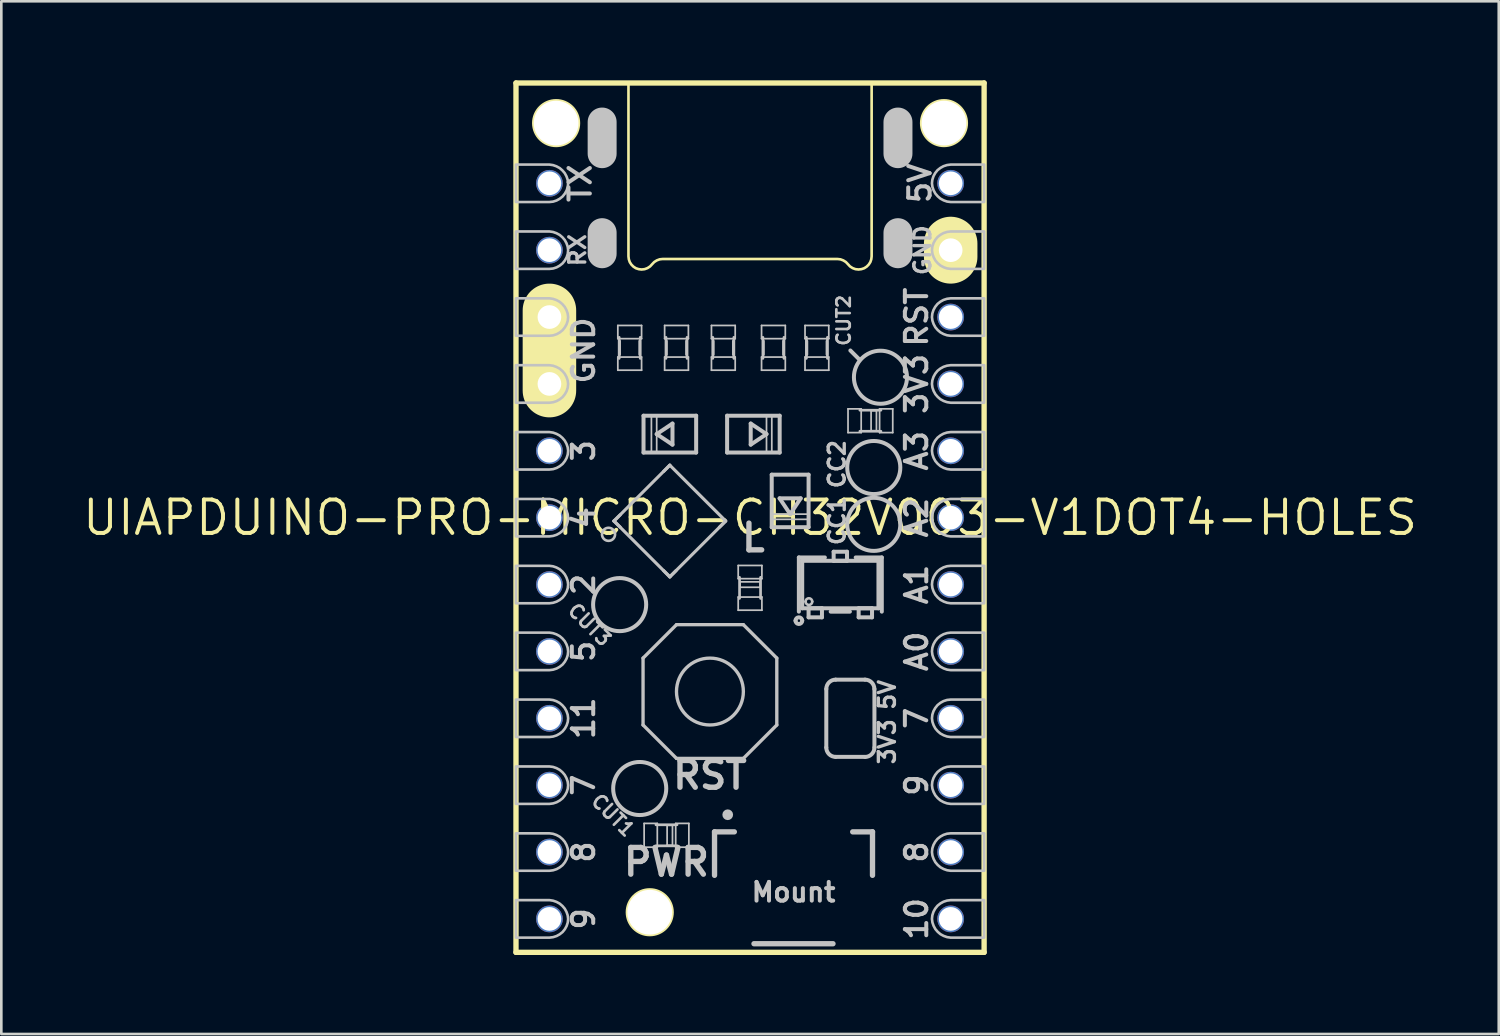
<source format=kicad_pcb>
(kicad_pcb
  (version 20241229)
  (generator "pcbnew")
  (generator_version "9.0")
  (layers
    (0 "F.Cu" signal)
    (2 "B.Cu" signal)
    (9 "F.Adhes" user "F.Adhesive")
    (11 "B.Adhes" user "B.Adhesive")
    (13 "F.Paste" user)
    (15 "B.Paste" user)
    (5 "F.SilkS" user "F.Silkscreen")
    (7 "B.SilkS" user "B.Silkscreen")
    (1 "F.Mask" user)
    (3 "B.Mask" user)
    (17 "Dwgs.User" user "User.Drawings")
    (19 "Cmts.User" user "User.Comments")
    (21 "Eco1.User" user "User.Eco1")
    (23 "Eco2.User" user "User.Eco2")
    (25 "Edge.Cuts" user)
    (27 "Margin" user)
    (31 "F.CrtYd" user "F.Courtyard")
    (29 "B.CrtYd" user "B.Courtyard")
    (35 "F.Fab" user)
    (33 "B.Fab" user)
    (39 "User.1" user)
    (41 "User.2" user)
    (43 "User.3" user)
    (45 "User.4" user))
  (footprint "UIAPDUINO-PRO-MICRO-CH32V003-V1DOT4-HOLES"
    (layer "F.Cu")
    (at 25.438 16.612)
    (property "Reference" "UIAPDUINO-PRO-MICRO-CH32V003-V1DOT4-HOLES" (at 0 0 0) (layer "F.SilkS") (effects (font (size 1.27 1.27) (thickness 0.15))))
    (attr exclude_from_pos_files exclude_from_bom)
    (fp_line (start -8.89 -16.51) (end -8.89 16.51) (stroke (width 0.203) (type solid)) (layer "F.SilkS"))
    (fp_line (start -8.89 16.51) (end 8.89 16.51) (stroke (width 0.203) (type solid)) (layer "F.SilkS"))
    (fp_line (start -7.62 -7.874) (end -7.62 -4.826) (stroke (width 2.032) (type solid)) (layer "F.SilkS"))
    (fp_line (start 7.62 -10.414) (end 7.62 -9.906) (stroke (width 2.032) (type solid)) (layer "F.SilkS"))
    (fp_line (start 8.89 -16.51) (end -8.89 -16.51) (stroke (width 0.203) (type solid)) (layer "F.SilkS"))
    (fp_line (start 8.89 16.51) (end 8.89 -16.51) (stroke (width 0.203) (type solid)) (layer "F.SilkS"))
    (fp_circle (center -7.366 -14.986) (end -7.366 -15.837) (stroke (width 0.127) (type solid)) (fill no) (layer "F.SilkS"))
    (fp_circle (center -3.81 14.986) (end -3.81 14.135) (stroke (width 0.127) (type solid)) (fill no) (layer "F.SilkS"))
    (fp_circle (center 7.366 -14.986) (end 7.366 -15.837) (stroke (width 0.127) (type solid)) (fill no) (layer "F.SilkS"))
    (fp_poly (pts (xy 4.618 -16.525) (xy 4.618 -9.926) (xy 4.605 -9.815) (xy 4.569 -9.708) (xy 4.508 -9.614) (xy 4.43 -9.535) (xy 4.336 -9.474) (xy 4.229 -9.439) (xy 4.12 -9.426) (xy 4.003 -9.439) (xy 3.896 -9.479) (xy 3.797 -9.543) (xy 3.719 -9.627) (xy 3.64 -9.71) (xy 3.543 -9.771) (xy 3.434 -9.812) (xy 3.32 -9.825) (xy -3.32 -9.825) (xy -3.434 -9.812) (xy -3.543 -9.771) (xy -3.64 -9.71) (xy -3.719 -9.627) (xy -3.797 -9.543) (xy -3.896 -9.479) (xy -4.003 -9.439) (xy -4.12 -9.426) (xy -4.229 -9.439) (xy -4.336 -9.474) (xy -4.43 -9.535) (xy -4.508 -9.614) (xy -4.569 -9.708) (xy -4.605 -9.815) (xy -4.618 -9.926) (xy -4.618 -16.525) (xy 4.618 -16.525)) (stroke (width 0.1) (type solid)) (fill no) (layer "F.SilkS"))
    (fp_line (start -7.874 -12.446) (end -7.874 -12.954) (stroke (width 0.066) (type solid)) (layer "Dwgs.User"))
    (fp_line (start -7.874 -9.906) (end -7.874 -10.414) (stroke (width 0.066) (type solid)) (layer "Dwgs.User"))
    (fp_line (start -7.874 -7.366) (end -7.874 -7.874) (stroke (width 0.066) (type solid)) (layer "Dwgs.User"))
    (fp_line (start -7.874 -4.826) (end -7.874 -5.334) (stroke (width 0.066) (type solid)) (layer "Dwgs.User"))
    (fp_line (start -7.874 -2.286) (end -7.874 -2.794) (stroke (width 0.066) (type solid)) (layer "Dwgs.User"))
    (fp_line (start -7.874 0.254) (end -7.874 -0.254) (stroke (width 0.066) (type solid)) (layer "Dwgs.User"))
    (fp_line (start -7.874 2.794) (end -7.874 2.286) (stroke (width 0.066) (type solid)) (layer "Dwgs.User"))
    (fp_line (start -7.874 5.334) (end -7.874 4.826) (stroke (width 0.066) (type solid)) (layer "Dwgs.User"))
    (fp_line (start -7.874 7.874) (end -7.874 7.366) (stroke (width 0.066) (type solid)) (layer "Dwgs.User"))
    (fp_line (start -7.874 10.414) (end -7.874 9.906) (stroke (width 0.066) (type solid)) (layer "Dwgs.User"))
    (fp_line (start -7.874 12.954) (end -7.874 12.446) (stroke (width 0.066) (type solid)) (layer "Dwgs.User"))
    (fp_line (start -7.874 15.494) (end -7.874 14.986) (stroke (width 0.066) (type solid)) (layer "Dwgs.User"))
    (fp_line (start -7.366 -12.954) (end -7.874 -12.954) (stroke (width 0.066) (type solid)) (layer "Dwgs.User"))
    (fp_line (start -7.366 -12.446) (end -7.874 -12.446) (stroke (width 0.066) (type solid)) (layer "Dwgs.User"))
    (fp_line (start -7.366 -12.446) (end -7.366 -12.954) (stroke (width 0.066) (type solid)) (layer "Dwgs.User"))
    (fp_line (start -7.366 -10.414) (end -7.874 -10.414) (stroke (width 0.066) (type solid)) (layer "Dwgs.User"))
    (fp_line (start -7.366 -9.906) (end -7.874 -9.906) (stroke (width 0.066) (type solid)) (layer "Dwgs.User"))
    (fp_line (start -7.366 -9.906) (end -7.366 -10.414) (stroke (width 0.066) (type solid)) (layer "Dwgs.User"))
    (fp_line (start -7.366 -7.874) (end -7.874 -7.874) (stroke (width 0.066) (type solid)) (layer "Dwgs.User"))
    (fp_line (start -7.366 -7.366) (end -7.874 -7.366) (stroke (width 0.066) (type solid)) (layer "Dwgs.User"))
    (fp_line (start -7.366 -7.366) (end -7.366 -7.874) (stroke (width 0.066) (type solid)) (layer "Dwgs.User"))
    (fp_line (start -7.366 -5.334) (end -7.874 -5.334) (stroke (width 0.066) (type solid)) (layer "Dwgs.User"))
    (fp_line (start -7.366 -4.826) (end -7.874 -4.826) (stroke (width 0.066) (type solid)) (layer "Dwgs.User"))
    (fp_line (start -7.366 -4.826) (end -7.366 -5.334) (stroke (width 0.066) (type solid)) (layer "Dwgs.User"))
    (fp_line (start -7.366 -2.794) (end -7.874 -2.794) (stroke (width 0.066) (type solid)) (layer "Dwgs.User"))
    (fp_line (start -7.366 -2.286) (end -7.874 -2.286) (stroke (width 0.066) (type solid)) (layer "Dwgs.User"))
    (fp_line (start -7.366 -2.286) (end -7.366 -2.794) (stroke (width 0.066) (type solid)) (layer "Dwgs.User"))
    (fp_line (start -7.366 -0.254) (end -7.874 -0.254) (stroke (width 0.066) (type solid)) (layer "Dwgs.User"))
    (fp_line (start -7.366 0.254) (end -7.874 0.254) (stroke (width 0.066) (type solid)) (layer "Dwgs.User"))
    (fp_line (start -7.366 0.254) (end -7.366 -0.254) (stroke (width 0.066) (type solid)) (layer "Dwgs.User"))
    (fp_line (start -7.366 2.286) (end -7.874 2.286) (stroke (width 0.066) (type solid)) (layer "Dwgs.User"))
    (fp_line (start -7.366 2.794) (end -7.874 2.794) (stroke (width 0.066) (type solid)) (layer "Dwgs.User"))
    (fp_line (start -7.366 2.794) (end -7.366 2.286) (stroke (width 0.066) (type solid)) (layer "Dwgs.User"))
    (fp_line (start -7.366 4.826) (end -7.874 4.826) (stroke (width 0.066) (type solid)) (layer "Dwgs.User"))
    (fp_line (start -7.366 5.334) (end -7.874 5.334) (stroke (width 0.066) (type solid)) (layer "Dwgs.User"))
    (fp_line (start -7.366 5.334) (end -7.366 4.826) (stroke (width 0.066) (type solid)) (layer "Dwgs.User"))
    (fp_line (start -7.366 7.366) (end -7.874 7.366) (stroke (width 0.066) (type solid)) (layer "Dwgs.User"))
    (fp_line (start -7.366 7.874) (end -7.874 7.874) (stroke (width 0.066) (type solid)) (layer "Dwgs.User"))
    (fp_line (start -7.366 7.874) (end -7.366 7.366) (stroke (width 0.066) (type solid)) (layer "Dwgs.User"))
    (fp_line (start -7.366 9.906) (end -7.874 9.906) (stroke (width 0.066) (type solid)) (layer "Dwgs.User"))
    (fp_line (start -7.366 10.414) (end -7.874 10.414) (stroke (width 0.066) (type solid)) (layer "Dwgs.User"))
    (fp_line (start -7.366 10.414) (end -7.366 9.906) (stroke (width 0.066) (type solid)) (layer "Dwgs.User"))
    (fp_line (start -7.366 12.446) (end -7.874 12.446) (stroke (width 0.066) (type solid)) (layer "Dwgs.User"))
    (fp_line (start -7.366 12.954) (end -7.874 12.954) (stroke (width 0.066) (type solid)) (layer "Dwgs.User"))
    (fp_line (start -7.366 12.954) (end -7.366 12.446) (stroke (width 0.066) (type solid)) (layer "Dwgs.User"))
    (fp_line (start -7.366 14.986) (end -7.874 14.986) (stroke (width 0.066) (type solid)) (layer "Dwgs.User"))
    (fp_line (start -7.366 15.494) (end -7.874 15.494) (stroke (width 0.066) (type solid)) (layer "Dwgs.User"))
    (fp_line (start -7.366 15.494) (end -7.366 14.986) (stroke (width 0.066) (type solid)) (layer "Dwgs.User"))
    (fp_line (start -5.618 -13.825) (end -5.618 -15.027) (stroke (width 1.1) (type solid)) (layer "Dwgs.User"))
    (fp_line (start -5.618 -10.025) (end -5.618 -10.825) (stroke (width 1.1) (type solid)) (layer "Dwgs.User"))
    (fp_line (start -5.169 0.127) (end -4.93 -0.109) (stroke (width 0.119) (type solid)) (layer "Dwgs.User"))
    (fp_line (start -5.169 0.127) (end -3.048 -1.994) (stroke (width 0.119) (type solid)) (layer "Dwgs.User"))
    (fp_line (start -5.022 -7.3) (end -5.022 -6.8) (stroke (width 0.066) (type solid)) (layer "Dwgs.User"))
    (fp_line (start -5.022 -6.101) (end -5.022 -5.601) (stroke (width 0.066) (type solid)) (layer "Dwgs.User"))
    (fp_line (start -4.971 -6.05) (end -4.971 -6.85) (stroke (width 0.102) (type solid)) (layer "Dwgs.User"))
    (fp_line (start -4.953 -6.198) (end -4.953 -6.706) (stroke (width 0.102) (type solid)) (layer "Dwgs.User"))
    (fp_line (start -4.93 0.363) (end -5.169 0.127) (stroke (width 0.119) (type solid)) (layer "Dwgs.User"))
    (fp_line (start -4.191 -6.198) (end -4.191 -6.706) (stroke (width 0.102) (type solid)) (layer "Dwgs.User"))
    (fp_line (start -4.171 -6.05) (end -4.171 -6.85) (stroke (width 0.102) (type solid)) (layer "Dwgs.User"))
    (fp_line (start -4.12 -7.3) (end -5.022 -7.3) (stroke (width 0.066) (type solid)) (layer "Dwgs.User"))
    (fp_line (start -4.12 -7.3) (end -4.12 -6.8) (stroke (width 0.066) (type solid)) (layer "Dwgs.User"))
    (fp_line (start -4.12 -6.8) (end -5.022 -6.8) (stroke (width 0.066) (type solid)) (layer "Dwgs.User"))
    (fp_line (start -4.12 -6.101) (end -5.022 -6.101) (stroke (width 0.066) (type solid)) (layer "Dwgs.User"))
    (fp_line (start -4.12 -6.101) (end -4.12 -5.601) (stroke (width 0.066) (type solid)) (layer "Dwgs.User"))
    (fp_line (start -4.12 -5.601) (end -5.022 -5.601) (stroke (width 0.066) (type solid)) (layer "Dwgs.User"))
    (fp_line (start -4.064 5.334) (end -4.064 7.874) (stroke (width 0.127) (type solid)) (layer "Dwgs.User"))
    (fp_line (start -4.064 7.874) (end -2.794 9.144) (stroke (width 0.127) (type solid)) (layer "Dwgs.User"))
    (fp_line (start -4.046 -3.873) (end -2.047 -3.873) (stroke (width 0.152) (type solid)) (layer "Dwgs.User"))
    (fp_line (start -4.046 -2.474) (end -4.046 -3.873) (stroke (width 0.152) (type solid)) (layer "Dwgs.User"))
    (fp_line (start -4.023 11.613) (end -4.023 12.515) (stroke (width 0.066) (type solid)) (layer "Dwgs.User"))
    (fp_line (start -4.023 11.613) (end -3.523 11.613) (stroke (width 0.066) (type solid)) (layer "Dwgs.User"))
    (fp_line (start -4.023 12.515) (end -3.523 12.515) (stroke (width 0.066) (type solid)) (layer "Dwgs.User"))
    (fp_line (start -3.747 -3.873) (end -3.546 -3.873) (stroke (width 0.066) (type solid)) (layer "Dwgs.User"))
    (fp_line (start -3.747 -2.474) (end -3.747 -3.873) (stroke (width 0.066) (type solid)) (layer "Dwgs.User"))
    (fp_line (start -3.747 -2.474) (end -3.546 -2.474) (stroke (width 0.066) (type solid)) (layer "Dwgs.User"))
    (fp_line (start -3.546 -3.175) (end -2.946 -3.574) (stroke (width 0.152) (type solid)) (layer "Dwgs.User"))
    (fp_line (start -3.546 -2.474) (end -3.546 -3.873) (stroke (width 0.066) (type solid)) (layer "Dwgs.User"))
    (fp_line (start -3.523 11.613) (end -3.523 12.515) (stroke (width 0.066) (type solid)) (layer "Dwgs.User"))
    (fp_line (start -3.284 2.009) (end -3.048 2.248) (stroke (width 0.119) (type solid)) (layer "Dwgs.User"))
    (fp_line (start -3.244 -7.3) (end -3.244 -6.8) (stroke (width 0.066) (type solid)) (layer "Dwgs.User"))
    (fp_line (start -3.244 -6.101) (end -3.244 -5.601) (stroke (width 0.066) (type solid)) (layer "Dwgs.User"))
    (fp_line (start -3.193 -6.05) (end -3.193 -6.85) (stroke (width 0.102) (type solid)) (layer "Dwgs.User"))
    (fp_line (start -3.175 -6.198) (end -3.175 -6.706) (stroke (width 0.102) (type solid)) (layer "Dwgs.User"))
    (fp_line (start -3.15 11.684) (end -3.15 12.446) (stroke (width 0.066) (type solid)) (layer "Dwgs.User"))
    (fp_line (start -3.15 11.684) (end -2.946 11.684) (stroke (width 0.066) (type solid)) (layer "Dwgs.User"))
    (fp_line (start -3.15 12.446) (end -2.946 12.446) (stroke (width 0.066) (type solid)) (layer "Dwgs.User"))
    (fp_line (start -3.048 -1.994) (end -3.284 -1.755) (stroke (width 0.119) (type solid)) (layer "Dwgs.User"))
    (fp_line (start -3.048 -1.994) (end -0.925 0.127) (stroke (width 0.119) (type solid)) (layer "Dwgs.User"))
    (fp_line (start -3.048 2.248) (end -5.169 0.127) (stroke (width 0.119) (type solid)) (layer "Dwgs.User"))
    (fp_line (start -3.048 2.248) (end -2.809 2.009) (stroke (width 0.119) (type solid)) (layer "Dwgs.User"))
    (fp_line (start -2.946 -3.574) (end -2.946 -2.774) (stroke (width 0.152) (type solid)) (layer "Dwgs.User"))
    (fp_line (start -2.946 -2.774) (end -3.546 -3.175) (stroke (width 0.152) (type solid)) (layer "Dwgs.User"))
    (fp_line (start -2.946 11.684) (end -2.946 12.446) (stroke (width 0.066) (type solid)) (layer "Dwgs.User"))
    (fp_line (start -2.824 11.613) (end -2.824 12.515) (stroke (width 0.066) (type solid)) (layer "Dwgs.User"))
    (fp_line (start -2.824 11.613) (end -2.324 11.613) (stroke (width 0.066) (type solid)) (layer "Dwgs.User"))
    (fp_line (start -2.824 12.515) (end -2.324 12.515) (stroke (width 0.066) (type solid)) (layer "Dwgs.User"))
    (fp_line (start -2.794 4.064) (end -4.064 5.334) (stroke (width 0.127) (type solid)) (layer "Dwgs.User"))
    (fp_line (start -2.794 9.144) (end -0.254 9.144) (stroke (width 0.127) (type solid)) (layer "Dwgs.User"))
    (fp_line (start -2.774 11.664) (end -3.574 11.664) (stroke (width 0.102) (type solid)) (layer "Dwgs.User"))
    (fp_line (start -2.774 12.464) (end -3.574 12.464) (stroke (width 0.102) (type solid)) (layer "Dwgs.User"))
    (fp_line (start -2.413 -6.198) (end -2.413 -6.706) (stroke (width 0.102) (type solid)) (layer "Dwgs.User"))
    (fp_line (start -2.393 -6.05) (end -2.393 -6.85) (stroke (width 0.102) (type solid)) (layer "Dwgs.User"))
    (fp_line (start -2.342 -7.3) (end -3.244 -7.3) (stroke (width 0.066) (type solid)) (layer "Dwgs.User"))
    (fp_line (start -2.342 -7.3) (end -2.342 -6.8) (stroke (width 0.066) (type solid)) (layer "Dwgs.User"))
    (fp_line (start -2.342 -6.8) (end -3.244 -6.8) (stroke (width 0.066) (type solid)) (layer "Dwgs.User"))
    (fp_line (start -2.342 -6.101) (end -3.244 -6.101) (stroke (width 0.066) (type solid)) (layer "Dwgs.User"))
    (fp_line (start -2.342 -6.101) (end -2.342 -5.601) (stroke (width 0.066) (type solid)) (layer "Dwgs.User"))
    (fp_line (start -2.342 -5.601) (end -3.244 -5.601) (stroke (width 0.066) (type solid)) (layer "Dwgs.User"))
    (fp_line (start -2.324 11.613) (end -2.324 12.515) (stroke (width 0.066) (type solid)) (layer "Dwgs.User"))
    (fp_line (start -2.047 -3.873) (end -2.047 -2.474) (stroke (width 0.152) (type solid)) (layer "Dwgs.User"))
    (fp_line (start -2.047 -2.474) (end -4.046 -2.474) (stroke (width 0.152) (type solid)) (layer "Dwgs.User"))
    (fp_line (start -1.466 -7.3) (end -1.466 -6.8) (stroke (width 0.066) (type solid)) (layer "Dwgs.User"))
    (fp_line (start -1.466 -6.101) (end -1.466 -5.601) (stroke (width 0.066) (type solid)) (layer "Dwgs.User"))
    (fp_line (start -1.415 -6.05) (end -1.415 -6.85) (stroke (width 0.102) (type solid)) (layer "Dwgs.User"))
    (fp_line (start -1.397 -6.198) (end -1.397 -6.706) (stroke (width 0.102) (type solid)) (layer "Dwgs.User"))
    (fp_line (start -1.349 11.933) (end -0.597 11.933) (stroke (width 0.203) (type solid)) (layer "Dwgs.User"))
    (fp_line (start -1.349 13.584) (end -1.349 11.933) (stroke (width 0.203) (type solid)) (layer "Dwgs.User"))
    (fp_line (start -0.925 0.127) (end -3.048 2.248) (stroke (width 0.119) (type solid)) (layer "Dwgs.User"))
    (fp_line (start -0.925 0.127) (end -1.163 0.363) (stroke (width 0.119) (type solid)) (layer "Dwgs.User"))
    (fp_line (start -0.871 -3.873) (end 1.125 -3.873) (stroke (width 0.152) (type solid)) (layer "Dwgs.User"))
    (fp_line (start -0.871 -2.474) (end -0.871 -3.873) (stroke (width 0.152) (type solid)) (layer "Dwgs.User"))
    (fp_line (start -0.635 -6.198) (end -0.635 -6.706) (stroke (width 0.102) (type solid)) (layer "Dwgs.User"))
    (fp_line (start -0.615 -6.05) (end -0.615 -6.85) (stroke (width 0.102) (type solid)) (layer "Dwgs.User"))
    (fp_line (start -0.564 -7.3) (end -1.466 -7.3) (stroke (width 0.066) (type solid)) (layer "Dwgs.User"))
    (fp_line (start -0.564 -7.3) (end -0.564 -6.8) (stroke (width 0.066) (type solid)) (layer "Dwgs.User"))
    (fp_line (start -0.564 -6.8) (end -1.466 -6.8) (stroke (width 0.066) (type solid)) (layer "Dwgs.User"))
    (fp_line (start -0.564 -6.101) (end -1.466 -6.101) (stroke (width 0.066) (type solid)) (layer "Dwgs.User"))
    (fp_line (start -0.564 -6.101) (end -0.564 -5.601) (stroke (width 0.066) (type solid)) (layer "Dwgs.User"))
    (fp_line (start -0.564 -5.601) (end -1.466 -5.601) (stroke (width 0.066) (type solid)) (layer "Dwgs.User"))
    (fp_line (start -0.45 1.816) (end 0.45 1.816) (stroke (width 0.066) (type solid)) (layer "Dwgs.User"))
    (fp_line (start -0.45 2.316) (end -0.45 1.816) (stroke (width 0.066) (type solid)) (layer "Dwgs.User"))
    (fp_line (start -0.45 2.316) (end 0.45 2.316) (stroke (width 0.066) (type solid)) (layer "Dwgs.User"))
    (fp_line (start -0.45 3.015) (end 0.45 3.015) (stroke (width 0.066) (type solid)) (layer "Dwgs.User"))
    (fp_line (start -0.45 3.515) (end -0.45 3.015) (stroke (width 0.066) (type solid)) (layer "Dwgs.User"))
    (fp_line (start -0.45 3.515) (end 0.45 3.515) (stroke (width 0.066) (type solid)) (layer "Dwgs.User"))
    (fp_line (start -0.399 2.266) (end -0.399 3.066) (stroke (width 0.102) (type solid)) (layer "Dwgs.User"))
    (fp_line (start -0.381 2.438) (end 0.381 2.438) (stroke (width 0.066) (type solid)) (layer "Dwgs.User"))
    (fp_line (start -0.381 2.642) (end -0.381 2.438) (stroke (width 0.066) (type solid)) (layer "Dwgs.User"))
    (fp_line (start -0.381 2.642) (end 0.381 2.642) (stroke (width 0.066) (type solid)) (layer "Dwgs.User"))
    (fp_line (start -0.254 4.064) (end -2.794 4.064) (stroke (width 0.127) (type solid)) (layer "Dwgs.User"))
    (fp_line (start -0.254 9.144) (end 1.016 7.874) (stroke (width 0.127) (type solid)) (layer "Dwgs.User"))
    (fp_line (start 0.025 -3.574) (end 0.625 -3.175) (stroke (width 0.152) (type solid)) (layer "Dwgs.User"))
    (fp_line (start 0.025 -2.774) (end 0.025 -3.574) (stroke (width 0.152) (type solid)) (layer "Dwgs.User"))
    (fp_line (start 0.15 16.182) (end 3.15 16.182) (stroke (width 0.203) (type solid)) (layer "Dwgs.User"))
    (fp_line (start 0.381 2.642) (end 0.381 2.438) (stroke (width 0.066) (type solid)) (layer "Dwgs.User"))
    (fp_line (start 0.399 2.266) (end 0.399 3.066) (stroke (width 0.102) (type solid)) (layer "Dwgs.User"))
    (fp_line (start 0.437 -7.3) (end 0.437 -6.8) (stroke (width 0.066) (type solid)) (layer "Dwgs.User"))
    (fp_line (start 0.437 -6.101) (end 0.437 -5.601) (stroke (width 0.066) (type solid)) (layer "Dwgs.User"))
    (fp_line (start 0.45 2.316) (end 0.45 1.816) (stroke (width 0.066) (type solid)) (layer "Dwgs.User"))
    (fp_line (start 0.45 3.515) (end 0.45 3.015) (stroke (width 0.066) (type solid)) (layer "Dwgs.User"))
    (fp_line (start 0.488 -6.05) (end 0.488 -6.85) (stroke (width 0.102) (type solid)) (layer "Dwgs.User"))
    (fp_line (start 0.508 -6.198) (end 0.508 -6.706) (stroke (width 0.102) (type solid)) (layer "Dwgs.User"))
    (fp_line (start 0.625 -3.873) (end 0.625 -2.474) (stroke (width 0.066) (type solid)) (layer "Dwgs.User"))
    (fp_line (start 0.625 -3.175) (end 0.025 -2.774) (stroke (width 0.152) (type solid)) (layer "Dwgs.User"))
    (fp_line (start 0.823 -1.633) (end 2.223 -1.633) (stroke (width 0.152) (type solid)) (layer "Dwgs.User"))
    (fp_line (start 0.823 0.064) (end 0.823 -0.135) (stroke (width 0.066) (type solid)) (layer "Dwgs.User"))
    (fp_line (start 0.823 0.363) (end 0.823 -1.633) (stroke (width 0.152) (type solid)) (layer "Dwgs.User"))
    (fp_line (start 0.826 -3.873) (end 0.625 -3.873) (stroke (width 0.066) (type solid)) (layer "Dwgs.User"))
    (fp_line (start 0.826 -3.873) (end 0.826 -2.474) (stroke (width 0.066) (type solid)) (layer "Dwgs.User"))
    (fp_line (start 0.826 -2.474) (end 0.625 -2.474) (stroke (width 0.066) (type solid)) (layer "Dwgs.User"))
    (fp_line (start 1.016 5.334) (end -0.254 4.064) (stroke (width 0.127) (type solid)) (layer "Dwgs.User"))
    (fp_line (start 1.016 7.874) (end 1.016 5.334) (stroke (width 0.127) (type solid)) (layer "Dwgs.User"))
    (fp_line (start 1.123 -0.734) (end 1.923 -0.734) (stroke (width 0.152) (type solid)) (layer "Dwgs.User"))
    (fp_line (start 1.125 -3.873) (end 1.125 -2.474) (stroke (width 0.152) (type solid)) (layer "Dwgs.User"))
    (fp_line (start 1.125 -2.474) (end -0.871 -2.474) (stroke (width 0.152) (type solid)) (layer "Dwgs.User"))
    (fp_line (start 1.27 -6.198) (end 1.27 -6.706) (stroke (width 0.102) (type solid)) (layer "Dwgs.User"))
    (fp_line (start 1.288 -6.05) (end 1.288 -6.85) (stroke (width 0.102) (type solid)) (layer "Dwgs.User"))
    (fp_line (start 1.339 -7.3) (end 0.437 -7.3) (stroke (width 0.066) (type solid)) (layer "Dwgs.User"))
    (fp_line (start 1.339 -7.3) (end 1.339 -6.8) (stroke (width 0.066) (type solid)) (layer "Dwgs.User"))
    (fp_line (start 1.339 -6.8) (end 0.437 -6.8) (stroke (width 0.066) (type solid)) (layer "Dwgs.User"))
    (fp_line (start 1.339 -6.101) (end 0.437 -6.101) (stroke (width 0.066) (type solid)) (layer "Dwgs.User"))
    (fp_line (start 1.339 -6.101) (end 1.339 -5.601) (stroke (width 0.066) (type solid)) (layer "Dwgs.User"))
    (fp_line (start 1.339 -5.601) (end 0.437 -5.601) (stroke (width 0.066) (type solid)) (layer "Dwgs.User"))
    (fp_line (start 1.524 -0.135) (end 1.123 -0.734) (stroke (width 0.152) (type solid)) (layer "Dwgs.User"))
    (fp_line (start 1.854 1.511) (end 1.854 3.569) (stroke (width 0.152) (type solid)) (layer "Dwgs.User"))
    (fp_line (start 1.923 -0.734) (end 1.524 -0.135) (stroke (width 0.152) (type solid)) (layer "Dwgs.User"))
    (fp_line (start 1.981 1.638) (end 1.981 3.442) (stroke (width 0.152) (type solid)) (layer "Dwgs.User"))
    (fp_line (start 1.981 3.442) (end 4.877 3.442) (stroke (width 0.152) (type solid)) (layer "Dwgs.User"))
    (fp_line (start 2.088 -7.3) (end 2.088 -6.8) (stroke (width 0.066) (type solid)) (layer "Dwgs.User"))
    (fp_line (start 2.088 -6.101) (end 2.088 -5.601) (stroke (width 0.066) (type solid)) (layer "Dwgs.User"))
    (fp_line (start 2.139 -6.05) (end 2.139 -6.85) (stroke (width 0.102) (type solid)) (layer "Dwgs.User"))
    (fp_line (start 2.159 -6.198) (end 2.159 -6.706) (stroke (width 0.102) (type solid)) (layer "Dwgs.User"))
    (fp_line (start 2.223 -1.633) (end 2.223 0.363) (stroke (width 0.152) (type solid)) (layer "Dwgs.User"))
    (fp_line (start 2.223 -0.135) (end 0.823 -0.135) (stroke (width 0.066) (type solid)) (layer "Dwgs.User"))
    (fp_line (start 2.223 0.064) (end 0.823 0.064) (stroke (width 0.066) (type solid)) (layer "Dwgs.User"))
    (fp_line (start 2.223 0.064) (end 2.223 -0.135) (stroke (width 0.066) (type solid)) (layer "Dwgs.User"))
    (fp_line (start 2.223 0.363) (end 0.823 0.363) (stroke (width 0.152) (type solid)) (layer "Dwgs.User"))
    (fp_line (start 2.223 3.442) (end 2.223 3.785) (stroke (width 0.152) (type solid)) (layer "Dwgs.User"))
    (fp_line (start 2.223 3.785) (end 2.731 3.785) (stroke (width 0.152) (type solid)) (layer "Dwgs.User"))
    (fp_line (start 2.731 3.442) (end 2.223 3.442) (stroke (width 0.152) (type solid)) (layer "Dwgs.User"))
    (fp_line (start 2.731 3.785) (end 2.731 3.442) (stroke (width 0.152) (type solid)) (layer "Dwgs.User"))
    (fp_line (start 2.842 1.511) (end 1.854 1.511) (stroke (width 0.152) (type solid)) (layer "Dwgs.User"))
    (fp_line (start 2.896 8.73) (end 2.896 6.507) (stroke (width 0.152) (type solid)) (layer "Dwgs.User"))
    (fp_line (start 2.921 -6.198) (end 2.921 -6.706) (stroke (width 0.102) (type solid)) (layer "Dwgs.User"))
    (fp_line (start 2.939 -6.05) (end 2.939 -6.85) (stroke (width 0.102) (type solid)) (layer "Dwgs.User"))
    (fp_line (start 2.99 -7.3) (end 2.088 -7.3) (stroke (width 0.066) (type solid)) (layer "Dwgs.User"))
    (fp_line (start 2.99 -7.3) (end 2.99 -6.8) (stroke (width 0.066) (type solid)) (layer "Dwgs.User"))
    (fp_line (start 2.99 -6.8) (end 2.088 -6.8) (stroke (width 0.066) (type solid)) (layer "Dwgs.User"))
    (fp_line (start 2.99 -6.101) (end 2.088 -6.101) (stroke (width 0.066) (type solid)) (layer "Dwgs.User"))
    (fp_line (start 2.99 -6.101) (end 2.99 -5.601) (stroke (width 0.066) (type solid)) (layer "Dwgs.User"))
    (fp_line (start 2.99 -5.601) (end 2.088 -5.601) (stroke (width 0.066) (type solid)) (layer "Dwgs.User"))
    (fp_line (start 3.063 3.569) (end 3.792 3.569) (stroke (width 0.152) (type solid)) (layer "Dwgs.User"))
    (fp_line (start 3.175 1.293) (end 3.175 1.638) (stroke (width 0.152) (type solid)) (layer "Dwgs.User"))
    (fp_line (start 3.175 1.638) (end 3.683 1.638) (stroke (width 0.152) (type solid)) (layer "Dwgs.User"))
    (fp_line (start 3.683 1.293) (end 3.175 1.293) (stroke (width 0.152) (type solid)) (layer "Dwgs.User"))
    (fp_line (start 3.683 1.638) (end 3.683 1.293) (stroke (width 0.152) (type solid)) (layer "Dwgs.User"))
    (fp_line (start 3.721 -4.133) (end 3.721 -3.231) (stroke (width 0.066) (type solid)) (layer "Dwgs.User"))
    (fp_line (start 3.721 -4.133) (end 4.221 -4.133) (stroke (width 0.066) (type solid)) (layer "Dwgs.User"))
    (fp_line (start 3.721 -3.231) (end 4.221 -3.231) (stroke (width 0.066) (type solid)) (layer "Dwgs.User"))
    (fp_line (start 3.899 11.933) (end 4.651 11.933) (stroke (width 0.203) (type solid)) (layer "Dwgs.User"))
    (fp_line (start 4.125 3.442) (end 4.125 3.785) (stroke (width 0.152) (type solid)) (layer "Dwgs.User"))
    (fp_line (start 4.125 3.785) (end 4.633 3.785) (stroke (width 0.152) (type solid)) (layer "Dwgs.User"))
    (fp_line (start 4.166 -5.994) (end 3.81 -6.35) (stroke (width 0.152) (type solid)) (layer "Dwgs.User"))
    (fp_line (start 4.221 -4.133) (end 4.221 -3.231) (stroke (width 0.066) (type solid)) (layer "Dwgs.User"))
    (fp_line (start 4.366 6.152) (end 3.251 6.152) (stroke (width 0.152) (type solid)) (layer "Dwgs.User"))
    (fp_line (start 4.366 9.086) (end 3.251 9.086) (stroke (width 0.152) (type solid)) (layer "Dwgs.User"))
    (fp_line (start 4.597 -4.064) (end 4.597 -3.302) (stroke (width 0.066) (type solid)) (layer "Dwgs.User"))
    (fp_line (start 4.597 -4.064) (end 4.801 -4.064) (stroke (width 0.066) (type solid)) (layer "Dwgs.User"))
    (fp_line (start 4.597 -3.302) (end 4.801 -3.302) (stroke (width 0.066) (type solid)) (layer "Dwgs.User"))
    (fp_line (start 4.633 3.442) (end 4.125 3.442) (stroke (width 0.152) (type solid)) (layer "Dwgs.User"))
    (fp_line (start 4.633 3.785) (end 4.633 3.442) (stroke (width 0.152) (type solid)) (layer "Dwgs.User"))
    (fp_line (start 4.651 11.933) (end 4.651 13.584) (stroke (width 0.203) (type solid)) (layer "Dwgs.User"))
    (fp_line (start 4.724 6.507) (end 4.724 8.73) (stroke (width 0.152) (type solid)) (layer "Dwgs.User"))
    (fp_line (start 4.801 -4.064) (end 4.801 -3.302) (stroke (width 0.066) (type solid)) (layer "Dwgs.User"))
    (fp_line (start 4.877 1.638) (end 1.981 1.638) (stroke (width 0.152) (type solid)) (layer "Dwgs.User"))
    (fp_line (start 4.877 3.442) (end 4.877 1.638) (stroke (width 0.152) (type solid)) (layer "Dwgs.User"))
    (fp_line (start 4.92 -4.133) (end 4.92 -3.231) (stroke (width 0.066) (type solid)) (layer "Dwgs.User"))
    (fp_line (start 4.92 -4.133) (end 5.42 -4.133) (stroke (width 0.066) (type solid)) (layer "Dwgs.User"))
    (fp_line (start 4.92 -3.231) (end 5.42 -3.231) (stroke (width 0.066) (type solid)) (layer "Dwgs.User"))
    (fp_line (start 4.971 -4.082) (end 4.171 -4.082) (stroke (width 0.102) (type solid)) (layer "Dwgs.User"))
    (fp_line (start 4.971 -3.282) (end 4.171 -3.282) (stroke (width 0.102) (type solid)) (layer "Dwgs.User"))
    (fp_line (start 5.004 1.511) (end 4.013 1.511) (stroke (width 0.152) (type solid)) (layer "Dwgs.User"))
    (fp_line (start 5.004 3.569) (end 5.004 1.511) (stroke (width 0.152) (type solid)) (layer "Dwgs.User"))
    (fp_line (start 5.42 -4.133) (end 5.42 -3.231) (stroke (width 0.066) (type solid)) (layer "Dwgs.User"))
    (fp_line (start 5.618 -13.825) (end 5.618 -15.027) (stroke (width 1.1) (type solid)) (layer "Dwgs.User"))
    (fp_line (start 5.618 -10.025) (end 5.618 -10.825) (stroke (width 1.1) (type solid)) (layer "Dwgs.User"))
    (fp_line (start 7.366 -12.954) (end 7.366 -12.446) (stroke (width 0.066) (type solid)) (layer "Dwgs.User"))
    (fp_line (start 7.366 -12.954) (end 7.874 -12.954) (stroke (width 0.066) (type solid)) (layer "Dwgs.User"))
    (fp_line (start 7.366 -12.446) (end 7.874 -12.446) (stroke (width 0.066) (type solid)) (layer "Dwgs.User"))
    (fp_line (start 7.366 -10.414) (end 7.366 -9.906) (stroke (width 0.066) (type solid)) (layer "Dwgs.User"))
    (fp_line (start 7.366 -10.414) (end 7.874 -10.414) (stroke (width 0.066) (type solid)) (layer "Dwgs.User"))
    (fp_line (start 7.366 -9.906) (end 7.874 -9.906) (stroke (width 0.066) (type solid)) (layer "Dwgs.User"))
    (fp_line (start 7.366 -7.874) (end 7.366 -7.366) (stroke (width 0.066) (type solid)) (layer "Dwgs.User"))
    (fp_line (start 7.366 -7.874) (end 7.874 -7.874) (stroke (width 0.066) (type solid)) (layer "Dwgs.User"))
    (fp_line (start 7.366 -7.366) (end 7.874 -7.366) (stroke (width 0.066) (type solid)) (layer "Dwgs.User"))
    (fp_line (start 7.366 -5.334) (end 7.366 -4.826) (stroke (width 0.066) (type solid)) (layer "Dwgs.User"))
    (fp_line (start 7.366 -5.334) (end 7.874 -5.334) (stroke (width 0.066) (type solid)) (layer "Dwgs.User"))
    (fp_line (start 7.366 -4.826) (end 7.874 -4.826) (stroke (width 0.066) (type solid)) (layer "Dwgs.User"))
    (fp_line (start 7.366 -2.794) (end 7.366 -2.286) (stroke (width 0.066) (type solid)) (layer "Dwgs.User"))
    (fp_line (start 7.366 -2.794) (end 7.874 -2.794) (stroke (width 0.066) (type solid)) (layer "Dwgs.User"))
    (fp_line (start 7.366 -2.286) (end 7.874 -2.286) (stroke (width 0.066) (type solid)) (layer "Dwgs.User"))
    (fp_line (start 7.366 -0.254) (end 7.366 0.254) (stroke (width 0.066) (type solid)) (layer "Dwgs.User"))
    (fp_line (start 7.366 -0.254) (end 7.874 -0.254) (stroke (width 0.066) (type solid)) (layer "Dwgs.User"))
    (fp_line (start 7.366 0.254) (end 7.874 0.254) (stroke (width 0.066) (type solid)) (layer "Dwgs.User"))
    (fp_line (start 7.366 2.286) (end 7.366 2.794) (stroke (width 0.066) (type solid)) (layer "Dwgs.User"))
    (fp_line (start 7.366 2.286) (end 7.874 2.286) (stroke (width 0.066) (type solid)) (layer "Dwgs.User"))
    (fp_line (start 7.366 2.794) (end 7.874 2.794) (stroke (width 0.066) (type solid)) (layer "Dwgs.User"))
    (fp_line (start 7.366 4.826) (end 7.366 5.334) (stroke (width 0.066) (type solid)) (layer "Dwgs.User"))
    (fp_line (start 7.366 4.826) (end 7.874 4.826) (stroke (width 0.066) (type solid)) (layer "Dwgs.User"))
    (fp_line (start 7.366 5.334) (end 7.874 5.334) (stroke (width 0.066) (type solid)) (layer "Dwgs.User"))
    (fp_line (start 7.366 7.366) (end 7.366 7.874) (stroke (width 0.066) (type solid)) (layer "Dwgs.User"))
    (fp_line (start 7.366 7.366) (end 7.874 7.366) (stroke (width 0.066) (type solid)) (layer "Dwgs.User"))
    (fp_line (start 7.366 7.874) (end 7.874 7.874) (stroke (width 0.066) (type solid)) (layer "Dwgs.User"))
    (fp_line (start 7.366 9.906) (end 7.366 10.414) (stroke (width 0.066) (type solid)) (layer "Dwgs.User"))
    (fp_line (start 7.366 9.906) (end 7.874 9.906) (stroke (width 0.066) (type solid)) (layer "Dwgs.User"))
    (fp_line (start 7.366 10.414) (end 7.874 10.414) (stroke (width 0.066) (type solid)) (layer "Dwgs.User"))
    (fp_line (start 7.366 12.446) (end 7.366 12.954) (stroke (width 0.066) (type solid)) (layer "Dwgs.User"))
    (fp_line (start 7.366 12.446) (end 7.874 12.446) (stroke (width 0.066) (type solid)) (layer "Dwgs.User"))
    (fp_line (start 7.366 12.954) (end 7.874 12.954) (stroke (width 0.066) (type solid)) (layer "Dwgs.User"))
    (fp_line (start 7.366 14.986) (end 7.366 15.494) (stroke (width 0.066) (type solid)) (layer "Dwgs.User"))
    (fp_line (start 7.366 14.986) (end 7.874 14.986) (stroke (width 0.066) (type solid)) (layer "Dwgs.User"))
    (fp_line (start 7.366 15.494) (end 7.874 15.494) (stroke (width 0.066) (type solid)) (layer "Dwgs.User"))
    (fp_line (start 7.874 -12.954) (end 7.874 -12.446) (stroke (width 0.066) (type solid)) (layer "Dwgs.User"))
    (fp_line (start 7.874 -10.414) (end 7.874 -9.906) (stroke (width 0.066) (type solid)) (layer "Dwgs.User"))
    (fp_line (start 7.874 -7.874) (end 7.874 -7.366) (stroke (width 0.066) (type solid)) (layer "Dwgs.User"))
    (fp_line (start 7.874 -5.334) (end 7.874 -4.826) (stroke (width 0.066) (type solid)) (layer "Dwgs.User"))
    (fp_line (start 7.874 -2.794) (end 7.874 -2.286) (stroke (width 0.066) (type solid)) (layer "Dwgs.User"))
    (fp_line (start 7.874 -0.254) (end 7.874 0.254) (stroke (width 0.066) (type solid)) (layer "Dwgs.User"))
    (fp_line (start 7.874 2.286) (end 7.874 2.794) (stroke (width 0.066) (type solid)) (layer "Dwgs.User"))
    (fp_line (start 7.874 4.826) (end 7.874 5.334) (stroke (width 0.066) (type solid)) (layer "Dwgs.User"))
    (fp_line (start 7.874 7.366) (end 7.874 7.874) (stroke (width 0.066) (type solid)) (layer "Dwgs.User"))
    (fp_line (start 7.874 9.906) (end 7.874 10.414) (stroke (width 0.066) (type solid)) (layer "Dwgs.User"))
    (fp_line (start 7.874 12.446) (end 7.874 12.954) (stroke (width 0.066) (type solid)) (layer "Dwgs.User"))
    (fp_line (start 7.874 14.986) (end 7.874 15.494) (stroke (width 0.066) (type solid)) (layer "Dwgs.User"))
    (fp_arc (start 1.7272 3.9116) (mid 1.8542 3.7846) (end 1.9812 3.9116) (stroke (width 0.1524) (type solid)) (layer "Dwgs.User"))
    (fp_arc (start 1.9812 3.9116) (mid 1.8542 4.0386) (end 1.7272 3.9116) (stroke (width 0.1524) (type solid)) (layer "Dwgs.User"))
    (fp_arc (start 2.1082 3.1877) (mid 2.2352 3.0607) (end 2.3622 3.1877) (stroke (width 0.1) (type solid)) (layer "Dwgs.User"))
    (fp_arc (start 2.3622 3.1877) (mid 2.2352 3.3147) (end 2.1082 3.1877) (stroke (width 0.1) (type solid)) (layer "Dwgs.User"))
    (fp_arc (start 2.8956 6.50748) (mid 2.999753 6.256033) (end 3.2512 6.15188) (stroke (width 0.1524) (type solid)) (layer "Dwgs.User"))
    (fp_arc (start 3.2512 9.08558) (mid 2.999753 8.981427) (end 2.8956 8.72998) (stroke (width 0.1524) (type solid)) (layer "Dwgs.User"))
    (fp_arc (start 4.36626 6.15188) (mid 4.617707 6.256033) (end 4.72186 6.50748) (stroke (width 0.1524) (type solid)) (layer "Dwgs.User"))
    (fp_arc (start 4.7244 8.72998) (mid 4.619503 8.983223) (end 4.36626 9.08812) (stroke (width 0.1524) (type solid)) (layer "Dwgs.User"))
    (fp_circle (center -5.375 0.632) (end -5.375 0.384) (stroke (width 0.1) (type solid)) (fill no) (layer "Dwgs.User"))
    (fp_circle (center -4.953 3.302) (end -4.953 2.294) (stroke (width 0.152) (type solid)) (fill no) (layer "Dwgs.User"))
    (fp_circle (center -4.191 10.287) (end -4.191 9.279) (stroke (width 0.152) (type solid)) (fill no) (layer "Dwgs.User"))
    (fp_circle (center -1.524 6.604) (end -1.524 5.334) (stroke (width 0.127) (type solid)) (fill no) (layer "Dwgs.User"))
    (fp_circle (center -0.848 11.283) (end -0.848 11.181) (stroke (width 0.203) (type solid)) (fill no) (layer "Dwgs.User"))
    (fp_circle (center 4.699 -1.905) (end 4.699 -2.913) (stroke (width 0.152) (type solid)) (fill no) (layer "Dwgs.User"))
    (fp_circle (center 4.699 0.254) (end 4.699 -0.754) (stroke (width 0.152) (type solid)) (fill no) (layer "Dwgs.User"))
    (fp_circle (center 4.953 -5.334) (end 4.953 -6.342) (stroke (width 0.152) (type solid)) (fill no) (layer "Dwgs.User"))
    (fp_poly (pts (xy -8.89 -11.989) (xy -7.62 -11.989) (xy -7.48 -12.004) (xy -7.348 -12.047) (xy -7.229 -12.113) (xy -7.12 -12.2) (xy -7.033 -12.309) (xy -6.967 -12.428) (xy -6.924 -12.56) (xy -6.909 -12.7) (xy -6.927 -12.835) (xy -6.972 -12.964) (xy -7.038 -13.086) (xy -7.127 -13.19) (xy -7.231 -13.279) (xy -7.353 -13.345) (xy -7.483 -13.391) (xy -7.62 -13.411) (xy -8.89 -13.411) (xy -8.89 -11.989)) (stroke (width 0.1) (type solid)) (fill no) (layer "Dwgs.User"))
    (fp_poly (pts (xy -8.89 -9.449) (xy -7.62 -9.449) (xy -7.48 -9.464) (xy -7.348 -9.507) (xy -7.229 -9.573) (xy -7.12 -9.66) (xy -7.033 -9.769) (xy -6.967 -9.888) (xy -6.924 -10.02) (xy -6.909 -10.16) (xy -6.927 -10.295) (xy -6.972 -10.424) (xy -7.038 -10.546) (xy -7.127 -10.65) (xy -7.231 -10.739) (xy -7.353 -10.805) (xy -7.483 -10.851) (xy -7.62 -10.871) (xy -8.89 -10.871) (xy -8.89 -9.449)) (stroke (width 0.1) (type solid)) (fill no) (layer "Dwgs.User"))
    (fp_poly (pts (xy -8.89 -6.909) (xy -7.62 -6.909) (xy -7.48 -6.924) (xy -7.348 -6.967) (xy -7.229 -7.033) (xy -7.12 -7.12) (xy -7.033 -7.229) (xy -6.967 -7.348) (xy -6.924 -7.48) (xy -6.909 -7.62) (xy -6.927 -7.755) (xy -6.972 -7.884) (xy -7.038 -8.006) (xy -7.127 -8.11) (xy -7.231 -8.199) (xy -7.353 -8.265) (xy -7.483 -8.311) (xy -7.62 -8.331) (xy -8.89 -8.331) (xy -8.89 -6.909)) (stroke (width 0.1) (type solid)) (fill no) (layer "Dwgs.User"))
    (fp_poly (pts (xy -8.89 -4.366) (xy -7.62 -4.366) (xy -7.48 -4.384) (xy -7.348 -4.427) (xy -7.229 -4.493) (xy -7.12 -4.58) (xy -7.033 -4.689) (xy -6.967 -4.808) (xy -6.924 -4.94) (xy -6.909 -5.08) (xy -6.927 -5.215) (xy -6.972 -5.344) (xy -7.038 -5.466) (xy -7.127 -5.57) (xy -7.231 -5.659) (xy -7.353 -5.725) (xy -7.483 -5.771) (xy -7.62 -5.791) (xy -8.89 -5.791) (xy -8.89 -4.366)) (stroke (width 0.1) (type solid)) (fill no) (layer "Dwgs.User"))
    (fp_poly (pts (xy -8.89 -1.829) (xy -7.62 -1.829) (xy -7.48 -1.844) (xy -7.348 -1.887) (xy -7.229 -1.953) (xy -7.12 -2.04) (xy -7.033 -2.149) (xy -6.967 -2.268) (xy -6.924 -2.4) (xy -6.909 -2.54) (xy -6.927 -2.675) (xy -6.972 -2.804) (xy -7.038 -2.926) (xy -7.127 -3.03) (xy -7.231 -3.119) (xy -7.353 -3.185) (xy -7.483 -3.231) (xy -7.62 -3.251) (xy -8.89 -3.251) (xy -8.89 -1.829)) (stroke (width 0.1) (type solid)) (fill no) (layer "Dwgs.User"))
    (fp_poly (pts (xy -8.89 0.711) (xy -7.62 0.711) (xy -7.48 0.693) (xy -7.348 0.65) (xy -7.229 0.584) (xy -7.12 0.498) (xy -7.033 0.389) (xy -6.967 0.269) (xy -6.924 0.137) (xy -6.909 0) (xy -6.927 -0.135) (xy -6.972 -0.264) (xy -7.038 -0.386) (xy -7.127 -0.49) (xy -7.231 -0.579) (xy -7.353 -0.645) (xy -7.483 -0.691) (xy -7.62 -0.711) (xy -8.89 -0.711) (xy -8.89 0.711)) (stroke (width 0.1) (type solid)) (fill no) (layer "Dwgs.User"))
    (fp_poly (pts (xy -8.89 3.251) (xy -7.62 3.251) (xy -7.48 3.233) (xy -7.348 3.19) (xy -7.229 3.124) (xy -7.12 3.038) (xy -7.033 2.929) (xy -6.967 2.809) (xy -6.924 2.677) (xy -6.909 2.54) (xy -6.927 2.403) (xy -6.972 2.273) (xy -7.038 2.151) (xy -7.127 2.047) (xy -7.231 1.958) (xy -7.353 1.892) (xy -7.483 1.847) (xy -7.62 1.829) (xy -8.89 1.829) (xy -8.89 3.251)) (stroke (width 0.1) (type solid)) (fill no) (layer "Dwgs.User"))
    (fp_poly (pts (xy -8.89 5.791) (xy -7.62 5.791) (xy -7.48 5.773) (xy -7.348 5.73) (xy -7.229 5.664) (xy -7.12 5.578) (xy -7.033 5.469) (xy -6.967 5.349) (xy -6.924 5.217) (xy -6.909 5.08) (xy -6.927 4.943) (xy -6.972 4.813) (xy -7.038 4.691) (xy -7.127 4.587) (xy -7.231 4.498) (xy -7.353 4.432) (xy -7.483 4.387) (xy -7.62 4.366) (xy -8.89 4.366) (xy -8.89 5.791)) (stroke (width 0.1) (type solid)) (fill no) (layer "Dwgs.User"))
    (fp_poly (pts (xy -8.89 8.331) (xy -7.62 8.331) (xy -7.48 8.313) (xy -7.348 8.27) (xy -7.229 8.204) (xy -7.12 8.118) (xy -7.033 8.009) (xy -6.967 7.889) (xy -6.924 7.757) (xy -6.909 7.62) (xy -6.927 7.483) (xy -6.972 7.353) (xy -7.038 7.231) (xy -7.127 7.127) (xy -7.231 7.038) (xy -7.353 6.972) (xy -7.483 6.927) (xy -7.62 6.909) (xy -8.89 6.909) (xy -8.89 8.331)) (stroke (width 0.1) (type solid)) (fill no) (layer "Dwgs.User"))
    (fp_poly (pts (xy -8.89 10.871) (xy -7.62 10.871) (xy -7.48 10.853) (xy -7.348 10.81) (xy -7.229 10.744) (xy -7.12 10.658) (xy -7.033 10.549) (xy -6.967 10.429) (xy -6.924 10.297) (xy -6.909 10.16) (xy -6.927 10.023) (xy -6.972 9.893) (xy -7.038 9.771) (xy -7.127 9.667) (xy -7.231 9.578) (xy -7.353 9.512) (xy -7.483 9.467) (xy -7.62 9.449) (xy -8.89 9.449) (xy -8.89 10.871)) (stroke (width 0.1) (type solid)) (fill no) (layer "Dwgs.User"))
    (fp_poly (pts (xy -8.89 13.411) (xy -7.62 13.411) (xy -7.48 13.393) (xy -7.348 13.35) (xy -7.229 13.284) (xy -7.12 13.198) (xy -7.033 13.089) (xy -6.967 12.969) (xy -6.924 12.837) (xy -6.909 12.7) (xy -6.927 12.563) (xy -6.972 12.433) (xy -7.038 12.311) (xy -7.127 12.207) (xy -7.231 12.118) (xy -7.353 12.052) (xy -7.483 12.007) (xy -7.62 11.989) (xy -8.89 11.989) (xy -8.89 13.411)) (stroke (width 0.1) (type solid)) (fill no) (layer "Dwgs.User"))
    (fp_poly (pts (xy -8.89 15.951) (xy -7.62 15.951) (xy -7.48 15.933) (xy -7.348 15.89) (xy -7.229 15.824) (xy -7.12 15.738) (xy -7.033 15.629) (xy -6.967 15.509) (xy -6.924 15.377) (xy -6.909 15.24) (xy -6.927 15.103) (xy -6.972 14.973) (xy -7.038 14.851) (xy -7.127 14.747) (xy -7.231 14.658) (xy -7.353 14.592) (xy -7.483 14.547) (xy -7.62 14.526) (xy -8.89 14.526) (xy -8.89 15.951)) (stroke (width 0.1) (type solid)) (fill no) (layer "Dwgs.User"))
    (fp_poly (pts (xy 8.89 -13.411) (xy 7.62 -13.411) (xy 7.48 -13.393) (xy 7.348 -13.35) (xy 7.229 -13.284) (xy 7.12 -13.198) (xy 7.033 -13.089) (xy 6.967 -12.969) (xy 6.924 -12.837) (xy 6.909 -12.7) (xy 6.927 -12.563) (xy 6.972 -12.433) (xy 7.038 -12.311) (xy 7.127 -12.207) (xy 7.231 -12.118) (xy 7.353 -12.052) (xy 7.483 -12.007) (xy 7.62 -11.989) (xy 8.89 -11.989) (xy 8.89 -13.411)) (stroke (width 0.1) (type solid)) (fill no) (layer "Dwgs.User"))
    (fp_poly (pts (xy 8.89 -10.871) (xy 7.62 -10.871) (xy 7.48 -10.853) (xy 7.348 -10.81) (xy 7.229 -10.744) (xy 7.12 -10.658) (xy 7.033 -10.549) (xy 6.967 -10.429) (xy 6.924 -10.297) (xy 6.909 -10.16) (xy 6.927 -10.023) (xy 6.972 -9.893) (xy 7.038 -9.771) (xy 7.127 -9.667) (xy 7.231 -9.578) (xy 7.353 -9.512) (xy 7.483 -9.467) (xy 7.62 -9.449) (xy 8.89 -9.449) (xy 8.89 -10.871)) (stroke (width 0.1) (type solid)) (fill no) (layer "Dwgs.User"))
    (fp_poly (pts (xy 8.89 -8.331) (xy 7.62 -8.331) (xy 7.48 -8.313) (xy 7.348 -8.27) (xy 7.229 -8.204) (xy 7.12 -8.118) (xy 7.033 -8.009) (xy 6.967 -7.889) (xy 6.924 -7.757) (xy 6.909 -7.62) (xy 6.927 -7.483) (xy 6.972 -7.353) (xy 7.038 -7.231) (xy 7.127 -7.127) (xy 7.231 -7.038) (xy 7.353 -6.972) (xy 7.483 -6.927) (xy 7.62 -6.909) (xy 8.89 -6.909) (xy 8.89 -8.331)) (stroke (width 0.1) (type solid)) (fill no) (layer "Dwgs.User"))
    (fp_poly (pts (xy 8.89 -5.791) (xy 7.62 -5.791) (xy 7.48 -5.773) (xy 7.348 -5.73) (xy 7.229 -5.664) (xy 7.12 -5.578) (xy 7.033 -5.469) (xy 6.967 -5.349) (xy 6.924 -5.217) (xy 6.909 -5.08) (xy 6.927 -4.943) (xy 6.972 -4.813) (xy 7.038 -4.691) (xy 7.127 -4.587) (xy 7.231 -4.498) (xy 7.353 -4.432) (xy 7.483 -4.387) (xy 7.62 -4.366) (xy 8.89 -4.366) (xy 8.89 -5.791)) (stroke (width 0.1) (type solid)) (fill no) (layer "Dwgs.User"))
    (fp_poly (pts (xy 8.89 -3.251) (xy 7.62 -3.251) (xy 7.48 -3.233) (xy 7.348 -3.19) (xy 7.229 -3.124) (xy 7.12 -3.038) (xy 7.033 -2.929) (xy 6.967 -2.809) (xy 6.924 -2.677) (xy 6.909 -2.54) (xy 6.927 -2.403) (xy 6.972 -2.273) (xy 7.038 -2.151) (xy 7.127 -2.047) (xy 7.231 -1.958) (xy 7.353 -1.892) (xy 7.483 -1.847) (xy 7.62 -1.829) (xy 8.89 -1.829) (xy 8.89 -3.251)) (stroke (width 0.1) (type solid)) (fill no) (layer "Dwgs.User"))
    (fp_poly (pts (xy 8.89 -0.711) (xy 7.62 -0.711) (xy 7.48 -0.693) (xy 7.348 -0.65) (xy 7.229 -0.584) (xy 7.12 -0.498) (xy 7.033 -0.389) (xy 6.967 -0.269) (xy 6.924 -0.137) (xy 6.909 0) (xy 6.927 0.135) (xy 6.972 0.264) (xy 7.038 0.386) (xy 7.127 0.49) (xy 7.231 0.579) (xy 7.353 0.645) (xy 7.483 0.691) (xy 7.62 0.711) (xy 8.89 0.711) (xy 8.89 -0.711)) (stroke (width 0.1) (type solid)) (fill no) (layer "Dwgs.User"))
    (fp_poly (pts (xy 8.89 1.829) (xy 7.62 1.829) (xy 7.48 1.844) (xy 7.348 1.887) (xy 7.229 1.953) (xy 7.12 2.04) (xy 7.033 2.149) (xy 6.967 2.268) (xy 6.924 2.4) (xy 6.909 2.54) (xy 6.927 2.675) (xy 6.972 2.804) (xy 7.038 2.926) (xy 7.127 3.03) (xy 7.231 3.119) (xy 7.353 3.185) (xy 7.483 3.231) (xy 7.62 3.251) (xy 8.89 3.251) (xy 8.89 1.829)) (stroke (width 0.1) (type solid)) (fill no) (layer "Dwgs.User"))
    (fp_poly (pts (xy 8.89 4.366) (xy 7.62 4.366) (xy 7.48 4.384) (xy 7.348 4.427) (xy 7.229 4.493) (xy 7.12 4.58) (xy 7.033 4.689) (xy 6.967 4.808) (xy 6.924 4.94) (xy 6.909 5.08) (xy 6.927 5.215) (xy 6.972 5.344) (xy 7.038 5.466) (xy 7.127 5.57) (xy 7.231 5.659) (xy 7.353 5.725) (xy 7.483 5.771) (xy 7.62 5.791) (xy 8.89 5.791) (xy 8.89 4.366)) (stroke (width 0.1) (type solid)) (fill no) (layer "Dwgs.User"))
    (fp_poly (pts (xy 8.89 6.909) (xy 7.62 6.909) (xy 7.48 6.924) (xy 7.348 6.967) (xy 7.229 7.033) (xy 7.12 7.12) (xy 7.033 7.229) (xy 6.967 7.348) (xy 6.924 7.48) (xy 6.909 7.62) (xy 6.927 7.755) (xy 6.972 7.884) (xy 7.038 8.006) (xy 7.127 8.11) (xy 7.231 8.199) (xy 7.353 8.265) (xy 7.483 8.311) (xy 7.62 8.331) (xy 8.89 8.331) (xy 8.89 6.909)) (stroke (width 0.1) (type solid)) (fill no) (layer "Dwgs.User"))
    (fp_poly (pts (xy 8.89 9.449) (xy 7.62 9.449) (xy 7.48 9.464) (xy 7.348 9.507) (xy 7.229 9.573) (xy 7.12 9.66) (xy 7.033 9.769) (xy 6.967 9.888) (xy 6.924 10.02) (xy 6.909 10.16) (xy 6.927 10.295) (xy 6.972 10.424) (xy 7.038 10.546) (xy 7.127 10.65) (xy 7.231 10.739) (xy 7.353 10.805) (xy 7.483 10.851) (xy 7.62 10.871) (xy 8.89 10.871) (xy 8.89 9.449)) (stroke (width 0.1) (type solid)) (fill no) (layer "Dwgs.User"))
    (fp_poly (pts (xy 8.89 11.989) (xy 7.62 11.989) (xy 7.48 12.004) (xy 7.348 12.047) (xy 7.229 12.113) (xy 7.12 12.2) (xy 7.033 12.309) (xy 6.967 12.428) (xy 6.924 12.56) (xy 6.909 12.7) (xy 6.927 12.835) (xy 6.972 12.964) (xy 7.038 13.086) (xy 7.127 13.19) (xy 7.231 13.279) (xy 7.353 13.345) (xy 7.483 13.391) (xy 7.62 13.411) (xy 8.89 13.411) (xy 8.89 11.989)) (stroke (width 0.1) (type solid)) (fill no) (layer "Dwgs.User"))
    (fp_poly (pts (xy 8.89 14.526) (xy 7.62 14.526) (xy 7.48 14.544) (xy 7.348 14.587) (xy 7.229 14.653) (xy 7.12 14.74) (xy 7.033 14.849) (xy 6.967 14.968) (xy 6.924 15.1) (xy 6.909 15.24) (xy 6.927 15.375) (xy 6.972 15.504) (xy 7.038 15.626) (xy 7.127 15.73) (xy 7.231 15.819) (xy 7.353 15.885) (xy 7.483 15.931) (xy 7.62 15.951) (xy 8.89 15.951) (xy 8.89 14.526)) (stroke (width 0.1) (type solid)) (fill no) (layer "Dwgs.User"))
    (fp_text user "Mount\n" (at 1.651 14.224 180) (layer "Dwgs.User") (effects (font (size 0.711 0.711) (thickness 0.152))))
    (fp_text user "CUT2" (at 3.556 -7.493 90) (layer "Dwgs.User") (effects (font (size 0.508 0.508) (thickness 0.102))))
    (fp_text user "TX" (at -6.452 -12.7 270) (layer "Dwgs.User") (effects (font (size 0.813 0.813) (thickness 0.152))))
    (fp_text user "9" (at -6.325 15.24 270) (layer "Dwgs.User") (effects (font (size 0.813 0.813) (thickness 0.152))))
    (fp_text user "10" (at 6.325 15.24 90) (layer "Dwgs.User") (effects (font (size 0.813 0.813) (thickness 0.152))))
    (fp_text user "3V3" (at 6.325 -5.08 90) (layer "Dwgs.User") (effects (font (size 0.813 0.813) (thickness 0.152))))
    (fp_text user "PWR" (at -3.175 13.081 0) (layer "Dwgs.User") (effects (font (size 1.016 1.016) (thickness 0.203))))
    (fp_text user "3V3" (at 5.207 8.509 90) (layer "Dwgs.User") (effects (font (size 0.61 0.61) (thickness 0.127))))
    (fp_text user "4" (at -6.325 0 270) (layer "Dwgs.User") (effects (font (size 0.813 0.813) (thickness 0.152))))
    (fp_text user "7" (at 6.325 7.62 90) (layer "Dwgs.User") (effects (font (size 0.813 0.813) (thickness 0.152))))
    (fp_text user "CUT1" (at -5.207 11.303 135) (layer "Dwgs.User") (effects (font (size 0.508 0.508) (thickness 0.102))))
    (fp_text user "GND" (at 6.553 -10.16 90) (layer "Dwgs.User") (effects (font (size 0.61 0.61) (thickness 0.127))))
    (fp_text user "GND" (at -6.325 -6.35 270) (layer "Dwgs.User") (effects (font (size 0.813 0.813) (thickness 0.152))))
    (fp_text user "7" (at -6.325 10.16 270) (layer "Dwgs.User") (effects (font (size 0.813 0.813) (thickness 0.152))))
    (fp_text user "CC1" (at 3.302 0.127 90) (layer "Dwgs.User") (effects (font (size 0.61 0.61) (thickness 0.127))))
    (fp_text user "9" (at 6.325 10.16 90) (layer "Dwgs.User") (effects (font (size 0.813 0.813) (thickness 0.152))))
    (fp_text user "3" (at -6.325 -2.54 270) (layer "Dwgs.User") (effects (font (size 0.813 0.813) (thickness 0.152))))
    (fp_text user "RX" (at -6.553 -10.16 270) (layer "Dwgs.User") (effects (font (size 0.61 0.61) (thickness 0.127))))
    (fp_text user "5V" (at 6.452 -12.7 90) (layer "Dwgs.User") (effects (font (size 0.813 0.813) (thickness 0.152))))
    (fp_text user "5" (at -6.325 5.08 270) (layer "Dwgs.User") (effects (font (size 0.813 0.813) (thickness 0.152))))
    (fp_text user "L" (at 0.127 0.762 0) (layer "Dwgs.User") (effects (font (size 1.016 1.016) (thickness 0.203))))
    (fp_text user "RST" (at 6.325 -7.62 90) (layer "Dwgs.User") (effects (font (size 0.813 0.813) (thickness 0.152))))
    (fp_text user "5V" (at 5.207 6.731 90) (layer "Dwgs.User") (effects (font (size 0.61 0.61) (thickness 0.127))))
    (fp_text user "11" (at -6.325 7.62 270) (layer "Dwgs.User") (effects (font (size 0.813 0.813) (thickness 0.152))))
    (fp_text user "CUT3" (at -6.096 4.064 135) (layer "Dwgs.User") (effects (font (size 0.508 0.508) (thickness 0.102))))
    (fp_text user "A0" (at 6.325 5.08 90) (layer "Dwgs.User") (effects (font (size 0.813 0.813) (thickness 0.152))))
    (fp_text user "A3" (at 6.325 -2.54 90) (layer "Dwgs.User") (effects (font (size 0.813 0.813) (thickness 0.152))))
    (fp_text user "A1" (at 6.325 2.54 90) (layer "Dwgs.User") (effects (font (size 0.813 0.813) (thickness 0.152))))
    (fp_text user "8" (at -6.325 12.7 270) (layer "Dwgs.User") (effects (font (size 0.813 0.813) (thickness 0.152))))
    (fp_text user "RST" (at -1.524 9.779 180) (layer "Dwgs.User") (effects (font (size 1.016 1.016) (thickness 0.203))))
    (fp_text user "2" (at -6.325 2.54 270) (layer "Dwgs.User") (effects (font (size 0.813 0.813) (thickness 0.152))))
    (fp_text user "A2" (at 6.325 0 90) (layer "Dwgs.User") (effects (font (size 0.813 0.813) (thickness 0.152))))
    (fp_text user "8" (at 6.325 12.7 90) (layer "Dwgs.User") (effects (font (size 0.813 0.813) (thickness 0.152))))
    (fp_text user "CC2" (at 3.302 -2.032 270) (layer "Dwgs.User") (effects (font (size 0.61 0.61) (thickness 0.127))))
    (pad "" np_thru_hole circle (at -7.366 -14.986) (size 1.699 1.699) (drill 1.699) (layers "*.Cu" "*.Mask"))
    (pad "" np_thru_hole circle (at -3.81 14.986) (size 1.699 1.699) (drill 1.699) (layers "*.Cu" "*.Mask"))
    (pad "" np_thru_hole circle (at 7.366 -14.986) (size 1.699 1.699) (drill 1.699) (layers "*.Cu" "*.Mask"))
    (pad "1" thru_hole circle (at -7.62 -12.7) (size 1.016 1.016) (drill 0.899) (layers "*.Cu" "*.Paste" "*.Mask"))
    (pad "2" thru_hole circle (at -7.62 -10.16) (size 1.016 1.016) (drill 0.899) (layers "*.Cu" "*.Paste" "*.Mask"))
    (pad "3" thru_hole circle (at -7.62 -7.62) (size 1.016 1.016) (drill 0.899) (layers "*.Cu" "*.Paste" "*.Mask"))
    (pad "4" thru_hole circle (at -7.62 -5.08) (size 1.016 1.016) (drill 0.899) (layers "*.Cu" "*.Paste" "*.Mask"))
    (pad "5" thru_hole circle (at -7.62 -2.54) (size 1.016 1.016) (drill 0.899) (layers "*.Cu" "*.Paste" "*.Mask"))
    (pad "6" thru_hole circle (at -7.62 0) (size 1.016 1.016) (drill 0.899) (layers "*.Cu" "*.Paste" "*.Mask"))
    (pad "7" thru_hole circle (at -7.62 2.54) (size 1.016 1.016) (drill 0.899) (layers "*.Cu" "*.Paste" "*.Mask"))
    (pad "8" thru_hole circle (at -7.62 5.08) (size 1.016 1.016) (drill 0.899) (layers "*.Cu" "*.Paste" "*.Mask"))
    (pad "9" thru_hole circle (at -7.62 7.62) (size 1.016 1.016) (drill 0.899) (layers "*.Cu" "*.Paste" "*.Mask"))
    (pad "10" thru_hole circle (at -7.62 10.16) (size 1.016 1.016) (drill 0.899) (layers "*.Cu" "*.Paste" "*.Mask"))
    (pad "11" thru_hole circle (at -7.62 12.7) (size 1.016 1.016) (drill 0.899) (layers "*.Cu" "*.Paste" "*.Mask"))
    (pad "12" thru_hole circle (at -7.62 15.24) (size 1.016 1.016) (drill 0.899) (layers "*.Cu" "*.Paste" "*.Mask"))
    (pad "13" thru_hole circle (at 7.62 15.24) (size 1.016 1.016) (drill 0.899) (layers "*.Cu" "*.Paste" "*.Mask"))
    (pad "14" thru_hole circle (at 7.62 12.7) (size 1.016 1.016) (drill 0.899) (layers "*.Cu" "*.Paste" "*.Mask"))
    (pad "15" thru_hole circle (at 7.62 10.16) (size 1.016 1.016) (drill 0.899) (layers "*.Cu" "*.Paste" "*.Mask"))
    (pad "16" thru_hole circle (at 7.62 7.62) (size 1.016 1.016) (drill 0.899) (layers "*.Cu" "*.Paste" "*.Mask"))
    (pad "17" thru_hole circle (at 7.62 5.08) (size 1.016 1.016) (drill 0.899) (layers "*.Cu" "*.Paste" "*.Mask"))
    (pad "18" thru_hole circle (at 7.62 2.54) (size 1.016 1.016) (drill 0.899) (layers "*.Cu" "*.Paste" "*.Mask"))
    (pad "19" thru_hole circle (at 7.62 0) (size 1.016 1.016) (drill 0.899) (layers "*.Cu" "*.Paste" "*.Mask"))
    (pad "20" thru_hole circle (at 7.62 -2.54) (size 1.016 1.016) (drill 0.899) (layers "*.Cu" "*.Paste" "*.Mask"))
    (pad "21" thru_hole circle (at 7.62 -5.08) (size 1.016 1.016) (drill 0.899) (layers "*.Cu" "*.Paste" "*.Mask"))
    (pad "22" thru_hole circle (at 7.62 -7.62) (size 1.016 1.016) (drill 0.899) (layers "*.Cu" "*.Paste" "*.Mask"))
    (pad "23" thru_hole circle (at 7.62 -10.16) (size 1.016 1.016) (drill 0.899) (layers "*.Cu" "*.Paste" "*.Mask"))
    (pad "24" thru_hole circle (at 7.62 -12.7) (size 1.016 1.016) (drill 0.899) (layers "*.Cu" "*.Paste" "*.Mask")))
  (gr_rect
    (start -3 -3)
    (end 53.875 36.223)
    (stroke (width 0.1) (type default))
    (fill no)
    (layer "Edge.Cuts")))
</source>
